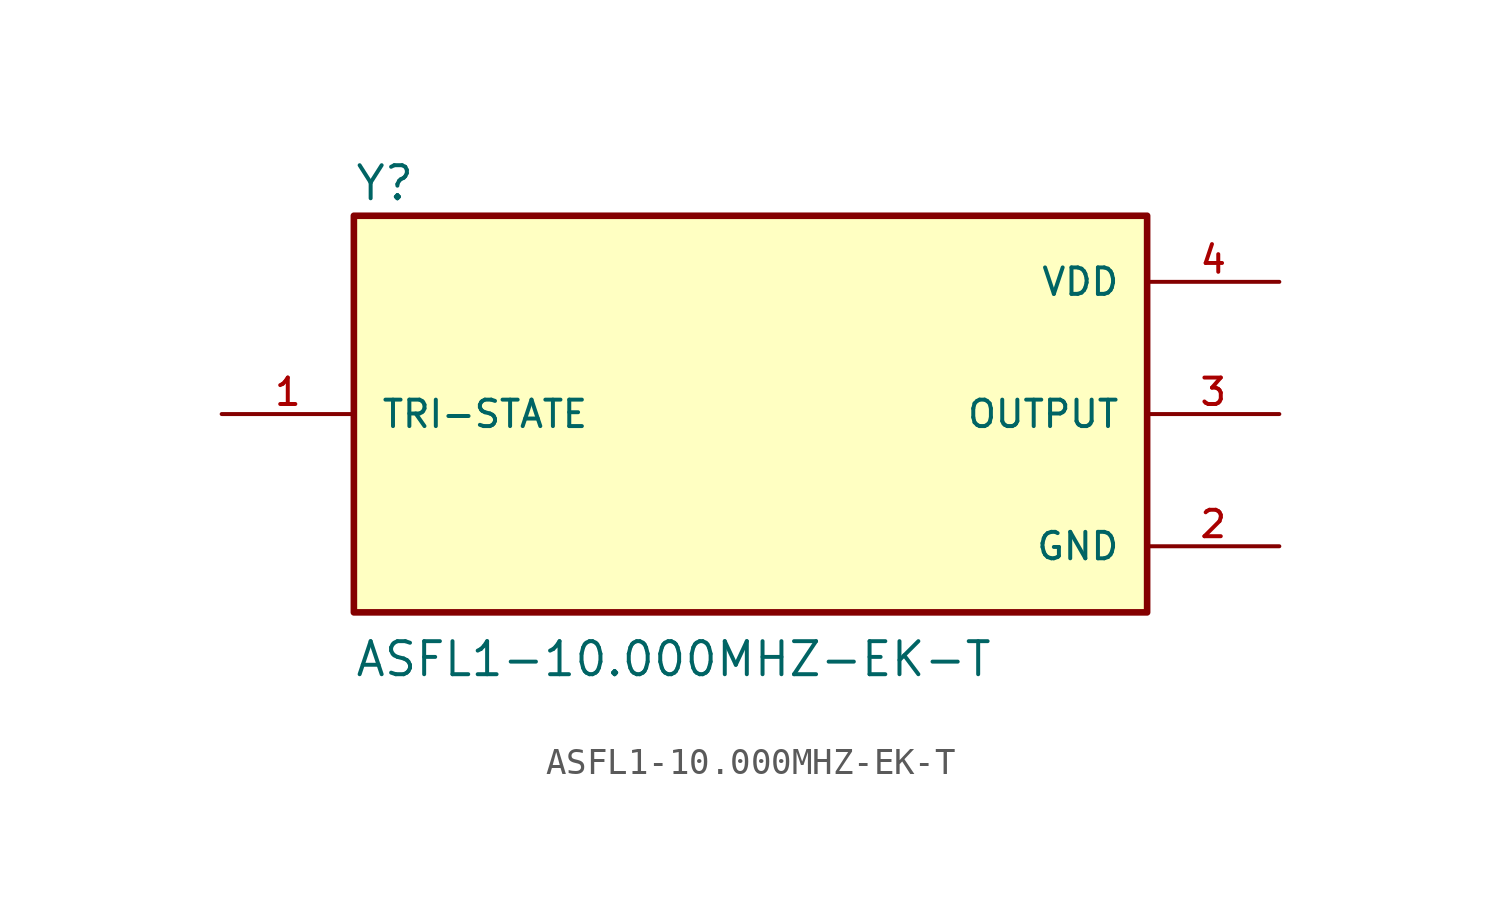
<source format=kicad_sym>
(kicad_symbol_lib
  (version 20211014)
  (generator kicad_symbol_editor)
  (symbol "ASFL1-10.000MHZ-EK-T"
    (pin_names
      (offset 1.016))
    (property "Reference" "Y"
      (at -15.24 8.128 0)
      (effects (font (size 1.27 1.27)) (justify bottom left)))
    (property "Value" "ASFL1-10.000MHZ-EK-T"
      (at -15.24 -10.16 0)
      (effects (font (size 1.27 1.27)) (justify bottom left)))
    (symbol "ASFL1-10.000MHZ-EK-T_0_0"
      (rectangle (start -15.24 -7.62) (end 15.24 7.62) (stroke (width 0.254)) (fill (type background)))
      (pin power_in line (at 20.32 5.08 180.0) (length 5.08) (name "VDD" (effects (font (size 1.016 1.016)))) (number "4" (effects (font (size 1.016 1.016)))))
      (pin passive line (at -20.32 0.0 0) (length 5.08) (name "TRI-STATE" (effects (font (size 1.016 1.016)))) (number "1" (effects (font (size 1.016 1.016)))))
      (pin power_in line (at 20.32 -5.08 180.0) (length 5.08) (name "GND" (effects (font (size 1.016 1.016)))) (number "2" (effects (font (size 1.016 1.016)))))
      (pin output line (at 20.32 0.0 180.0) (length 5.08) (name "OUTPUT" (effects (font (size 1.016 1.016)))) (number "3" (effects (font (size 1.016 1.016))))))))
</source>
